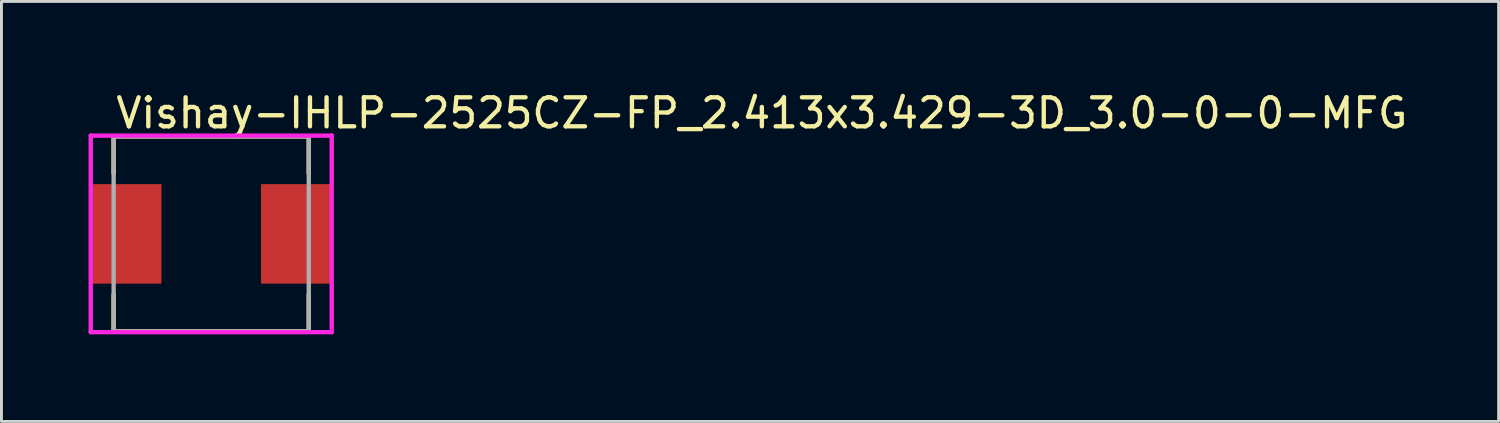
<source format=kicad_pcb>
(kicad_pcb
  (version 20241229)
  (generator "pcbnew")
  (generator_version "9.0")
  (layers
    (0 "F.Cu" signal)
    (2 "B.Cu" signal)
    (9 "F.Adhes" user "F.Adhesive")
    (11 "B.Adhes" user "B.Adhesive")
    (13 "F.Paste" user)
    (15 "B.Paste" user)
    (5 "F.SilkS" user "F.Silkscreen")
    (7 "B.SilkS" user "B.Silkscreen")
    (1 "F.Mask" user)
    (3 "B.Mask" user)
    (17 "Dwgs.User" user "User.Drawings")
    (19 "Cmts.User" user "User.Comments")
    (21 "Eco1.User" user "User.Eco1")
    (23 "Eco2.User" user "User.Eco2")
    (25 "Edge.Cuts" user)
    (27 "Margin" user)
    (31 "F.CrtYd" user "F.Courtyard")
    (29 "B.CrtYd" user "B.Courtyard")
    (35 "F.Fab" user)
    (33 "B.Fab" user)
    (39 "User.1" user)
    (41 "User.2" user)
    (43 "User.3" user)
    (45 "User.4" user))
  (footprint "Vishay-IHLP-2525CZ-FP_2.413x3.429-3D_3.0-0-0-MFG"
    (layer "F.Cu")
    (at 4.228 5.01)
    (property "Reference" "Vishay-IHLP-2525CZ-FP_2.413x3.429-3D_3.0-0-0-MFG" (at -3.362 -4.162 0) (layer "F.SilkS") (effects (font (size 1 1) (thickness 0.15)) (justify left)))
    (attr through_hole)
    (fp_line (start -3.362 -3.362) (end 3.362 -3.362) (stroke (width 0.15) (type solid)) (layer "F.SilkS"))
    (fp_line (start -3.362 -2.09) (end -3.362 -3.362) (stroke (width 0.15) (type solid)) (layer "F.SilkS"))
    (fp_line (start -3.362 3.362) (end -3.362 2.09) (stroke (width 0.15) (type solid)) (layer "F.SilkS"))
    (fp_line (start -3.362 3.362) (end 3.362 3.362) (stroke (width 0.15) (type solid)) (layer "F.SilkS"))
    (fp_line (start 3.362 -2.09) (end 3.362 -3.362) (stroke (width 0.15) (type solid)) (layer "F.SilkS"))
    (fp_line (start 3.362 3.362) (end 3.362 2.09) (stroke (width 0.15) (type solid)) (layer "F.SilkS"))
    (fp_line (start -4.152 -3.387) (end -4.152 3.387) (stroke (width 0.15) (type solid)) (layer "F.CrtYd"))
    (fp_line (start -4.152 3.387) (end 4.152 3.387) (stroke (width 0.15) (type solid)) (layer "F.CrtYd"))
    (fp_line (start 4.152 -3.387) (end -4.152 -3.387) (stroke (width 0.15) (type solid)) (layer "F.CrtYd"))
    (fp_line (start 4.152 -3.387) (end 4.152 -3.387) (stroke (width 0.15) (type solid)) (layer "F.CrtYd"))
    (fp_line (start 4.152 3.387) (end 4.152 -3.387) (stroke (width 0.15) (type solid)) (layer "F.CrtYd"))
    (fp_line (start -3.362 -3.362) (end 3.362 -3.362) (stroke (width 0.15) (type solid)) (layer "F.Fab"))
    (fp_line (start -3.362 3.362) (end -3.362 -3.362) (stroke (width 0.15) (type solid)) (layer "F.Fab"))
    (fp_line (start 3.362 -3.362) (end 3.362 3.362) (stroke (width 0.15) (type solid)) (layer "F.Fab"))
    (fp_line (start 3.362 3.362) (end -3.362 3.362) (stroke (width 0.15) (type solid)) (layer "F.Fab"))
    (pad "1" smd rect (at -2.921 0) (size 2.413 3.429) (layers "F.Cu" "F.Mask" "F.Paste"))
    (pad "2" smd rect (at 2.921 0) (size 2.413 3.429) (layers "F.Cu" "F.Mask" "F.Paste")))
  (gr_rect
    (start -3 -3)
    (end 48.592 11.472)
    (stroke (width 0.1) (type default))
    (fill no)
    (layer "Edge.Cuts")))
</source>
